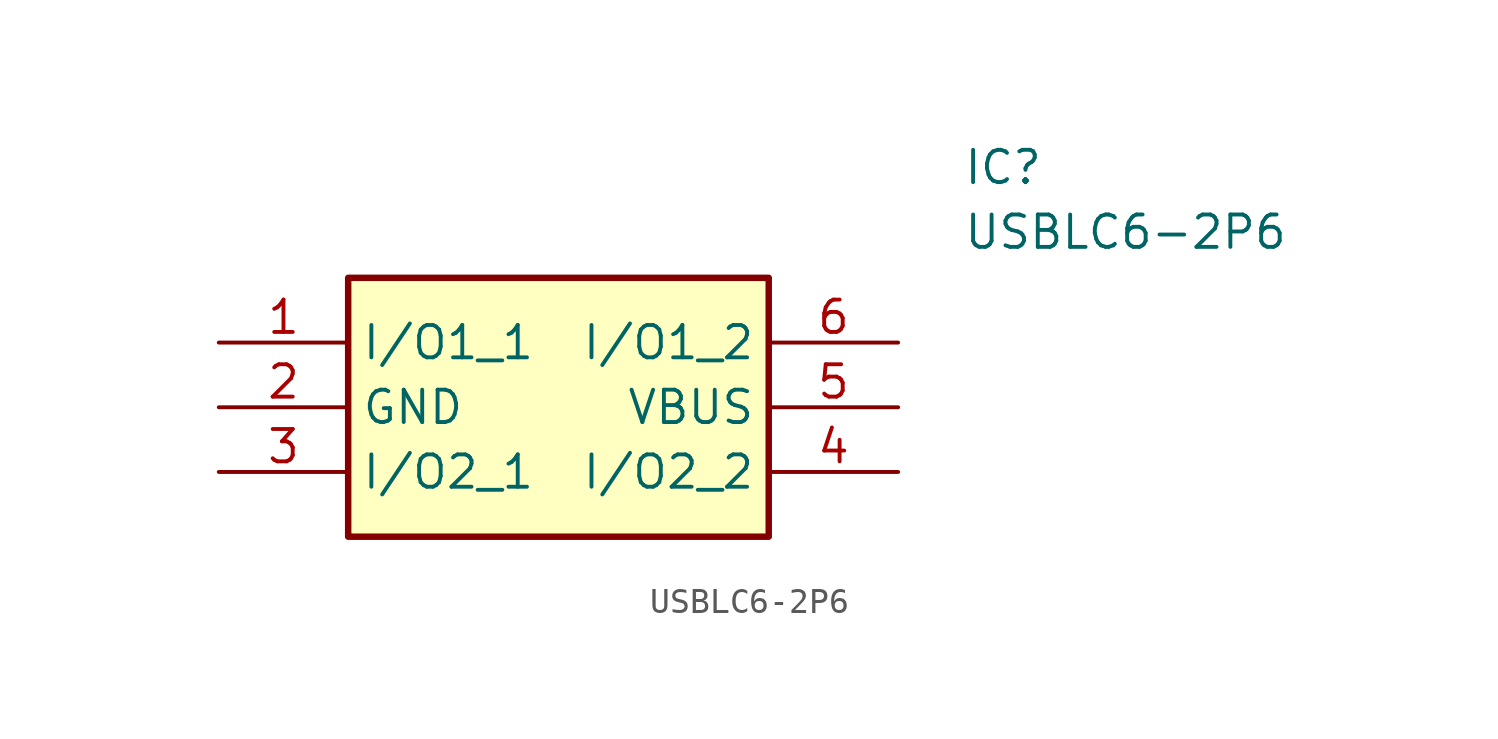
<source format=kicad_sym>
(kicad_symbol_lib
  (version 20220914)
  (generator kicad_symbol_editor)
  (symbol "USBLC6-2P6"
    (property "Reference" "IC"
      (at 29.21 7.62 0)
      (effects (font (size 1.27 1.27)) (justify left top)))
    (property "Value" "USBLC6-2P6"
      (at 29.21 5.08 0)
      (effects (font (size 1.27 1.27)) (justify left top)))
    (symbol "USBLC6-2P6_1_1"
      (rectangle (start 5.08 2.54) (end 21.59 -7.62) (stroke (width 0.254) (type default)) (fill (type background)))
      (pin passive line (at 0 0 0) (length 5.08) (name "I/O1_1" (effects (font (size 1.27 1.27)))) (number "1" (effects (font (size 1.27 1.27)))))
      (pin passive line (at 0 -2.54 0) (length 5.08) (name "GND" (effects (font (size 1.27 1.27)))) (number "2" (effects (font (size 1.27 1.27)))))
      (pin passive line (at 0 -5.08 0) (length 5.08) (name "I/O2_1" (effects (font (size 1.27 1.27)))) (number "3" (effects (font (size 1.27 1.27)))))
      (pin passive line (at 26.67 -5.08 180) (length 5.08) (name "I/O2_2" (effects (font (size 1.27 1.27)))) (number "4" (effects (font (size 1.27 1.27)))))
      (pin passive line (at 26.67 -2.54 180) (length 5.08) (name "VBUS" (effects (font (size 1.27 1.27)))) (number "5" (effects (font (size 1.27 1.27)))))
      (pin passive line (at 26.67 0 180) (length 5.08) (name "I/O1_2" (effects (font (size 1.27 1.27)))) (number "6" (effects (font (size 1.27 1.27))))))))
</source>
